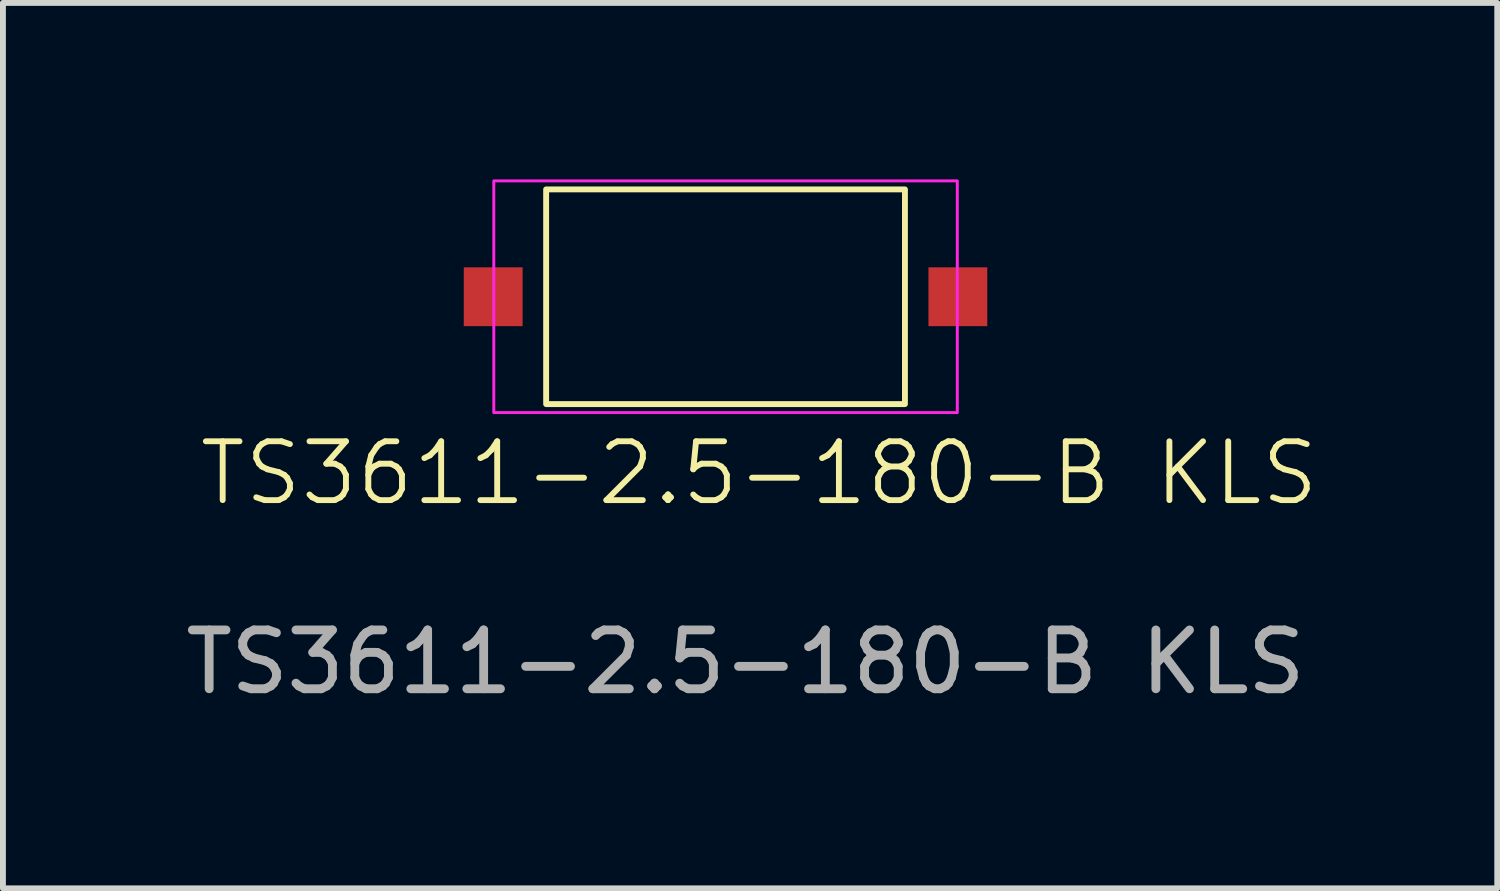
<source format=kicad_pcb>
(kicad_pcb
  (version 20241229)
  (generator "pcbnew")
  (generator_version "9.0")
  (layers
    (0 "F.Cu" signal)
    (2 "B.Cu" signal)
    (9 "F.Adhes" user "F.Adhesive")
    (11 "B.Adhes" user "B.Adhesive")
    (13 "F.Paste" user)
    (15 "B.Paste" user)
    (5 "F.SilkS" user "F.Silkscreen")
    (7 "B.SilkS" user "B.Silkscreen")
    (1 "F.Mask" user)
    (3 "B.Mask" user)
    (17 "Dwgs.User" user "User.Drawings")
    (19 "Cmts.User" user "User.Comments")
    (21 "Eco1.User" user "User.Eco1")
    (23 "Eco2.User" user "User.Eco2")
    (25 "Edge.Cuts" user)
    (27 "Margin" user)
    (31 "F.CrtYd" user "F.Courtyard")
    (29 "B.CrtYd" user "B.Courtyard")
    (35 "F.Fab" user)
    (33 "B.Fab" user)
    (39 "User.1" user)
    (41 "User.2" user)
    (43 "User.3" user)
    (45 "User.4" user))
  (footprint "TS3611-2.5-180-B KLS"
    (layer "F.Cu")
    (at 5.335 1.995)
    (property "Reference" "TS3611-2.5-180-B KLS" (at 4.52 3 0) (unlocked yes) (layer "F.SilkS") (effects (font (size 1 1) (thickness 0.1))))
    (attr smd)
    (fp_rect (start 0.9 -1.825) (end 7 1.825) (stroke (width 0.1) (type default)) (fill no) (layer "F.SilkS"))
    (fp_rect (start 0.01 -1.97) (end 7.89 1.97) (stroke (width 0.05) (type default)) (fill no) (layer "F.CrtYd"))
    (fp_text user "${REFERENCE}" (at 4.29 6.21 0) (unlocked yes) (layer "F.Fab") (effects (font (size 1 1) (thickness 0.15))))
    (pad "1" smd rect (at 0 0) (size 1 1) (layers "F.Cu" "F.Mask" "F.Paste"))
    (pad "2" smd rect (at 7.9 0) (size 1 1) (layers "F.Cu" "F.Mask" "F.Paste")))
  (gr_rect
    (start -3 -3)
    (end 22.405 12.053)
    (stroke (width 0.1) (type default))
    (fill no)
    (layer "Edge.Cuts")))
</source>
